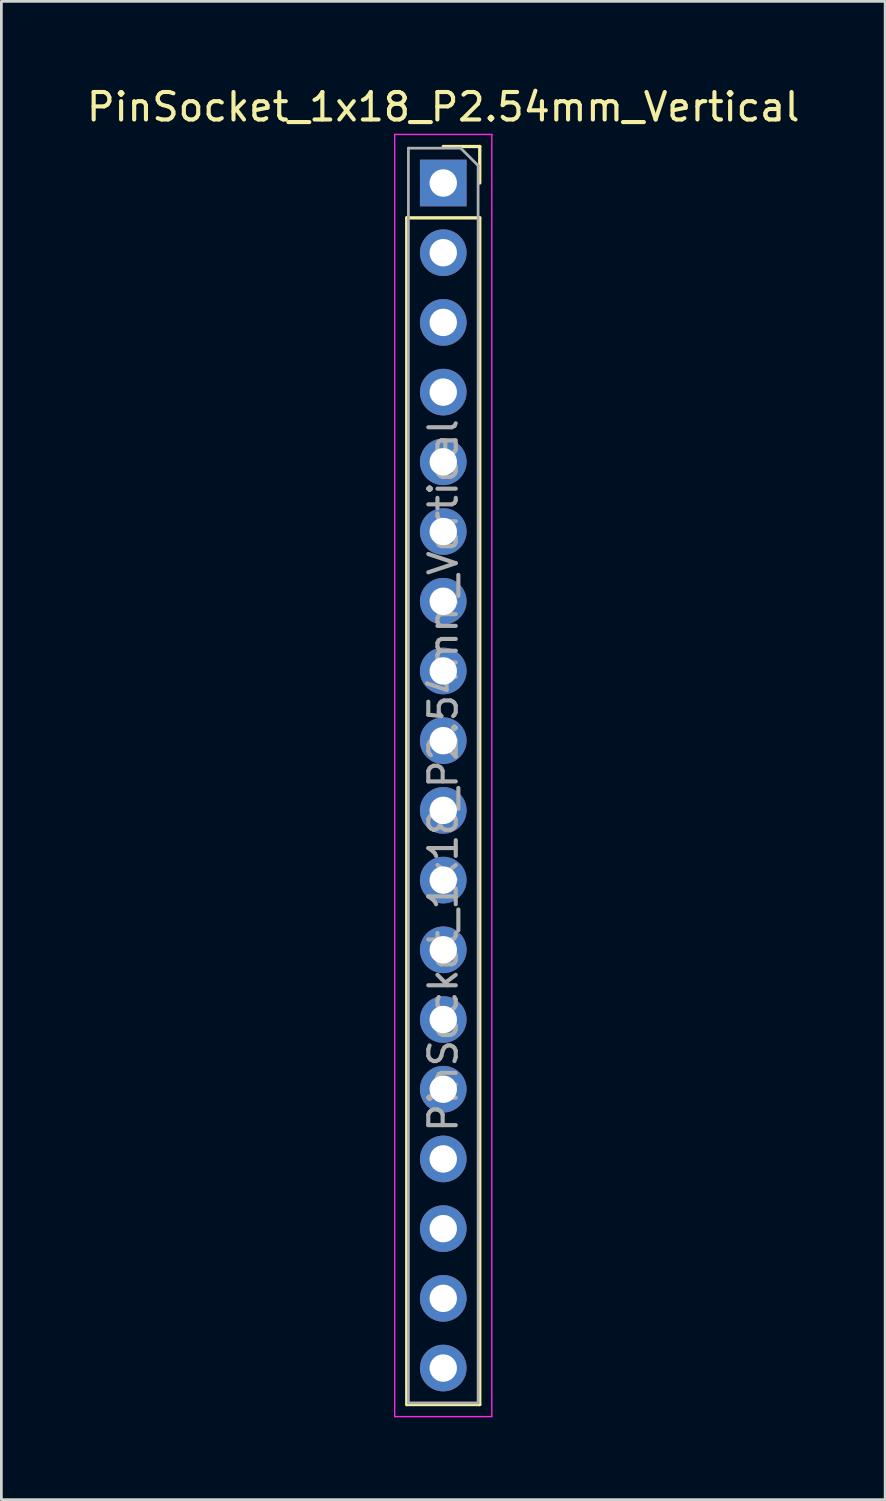
<source format=kicad_pcb>
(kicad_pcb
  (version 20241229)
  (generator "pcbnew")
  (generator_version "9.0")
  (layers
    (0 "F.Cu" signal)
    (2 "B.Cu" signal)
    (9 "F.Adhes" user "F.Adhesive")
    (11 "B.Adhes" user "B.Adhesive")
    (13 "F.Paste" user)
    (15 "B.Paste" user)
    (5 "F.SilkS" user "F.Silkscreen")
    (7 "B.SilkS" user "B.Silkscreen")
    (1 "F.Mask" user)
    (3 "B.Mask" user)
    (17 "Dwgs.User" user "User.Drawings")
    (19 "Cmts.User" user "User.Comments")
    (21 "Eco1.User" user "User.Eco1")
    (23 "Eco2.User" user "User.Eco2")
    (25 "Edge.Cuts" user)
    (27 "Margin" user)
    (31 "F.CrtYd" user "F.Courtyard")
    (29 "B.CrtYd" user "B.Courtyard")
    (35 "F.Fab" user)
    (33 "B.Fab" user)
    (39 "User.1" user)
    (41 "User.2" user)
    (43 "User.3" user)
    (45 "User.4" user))
  (footprint "PinSocket_1x18_P2.54mm_Vertical"
    (layer "F.Cu")
    (at 13.101 3.618)
    (property "Reference" "PinSocket_1x18_P2.54mm_Vertical" (at 0 -2.77 0) (layer "F.SilkS") (effects (font (size 1 1) (thickness 0.15))))
    (attr through_hole)
    (fp_line (start -1.33 1.27) (end -1.33 44.51) (stroke (width 0.12) (type solid)) (layer "F.SilkS"))
    (fp_line (start -1.33 1.27) (end 1.33 1.27) (stroke (width 0.12) (type solid)) (layer "F.SilkS"))
    (fp_line (start -1.33 44.51) (end 1.33 44.51) (stroke (width 0.12) (type solid)) (layer "F.SilkS"))
    (fp_line (start 0 -1.33) (end 1.33 -1.33) (stroke (width 0.12) (type solid)) (layer "F.SilkS"))
    (fp_line (start 1.33 -1.33) (end 1.33 0) (stroke (width 0.12) (type solid)) (layer "F.SilkS"))
    (fp_line (start 1.33 1.27) (end 1.33 44.51) (stroke (width 0.12) (type solid)) (layer "F.SilkS"))
    (fp_line (start -1.77 -1.77) (end 1.77 -1.77) (stroke (width 0.05) (type solid)) (layer "F.CrtYd"))
    (fp_line (start -1.77 44.95) (end -1.77 -1.77) (stroke (width 0.05) (type solid)) (layer "F.CrtYd"))
    (fp_line (start 1.77 -1.77) (end 1.77 44.95) (stroke (width 0.05) (type solid)) (layer "F.CrtYd"))
    (fp_line (start 1.77 44.95) (end -1.77 44.95) (stroke (width 0.05) (type solid)) (layer "F.CrtYd"))
    (fp_line (start -1.27 -1.27) (end 0.635 -1.27) (stroke (width 0.1) (type solid)) (layer "F.Fab"))
    (fp_line (start -1.27 44.45) (end -1.27 -1.27) (stroke (width 0.1) (type solid)) (layer "F.Fab"))
    (fp_line (start 0.635 -1.27) (end 1.27 -0.635) (stroke (width 0.1) (type solid)) (layer "F.Fab"))
    (fp_line (start 1.27 -0.635) (end 1.27 44.45) (stroke (width 0.1) (type solid)) (layer "F.Fab"))
    (fp_line (start 1.27 44.45) (end -1.27 44.45) (stroke (width 0.1) (type solid)) (layer "F.Fab"))
    (fp_text user "${REFERENCE}" (at 0 21.59 90) (layer "F.Fab") (effects (font (size 1 1) (thickness 0.15))))
    (pad "1" thru_hole rect (at 0 0) (size 1.7 1.7) (drill 1) (layers "*.Cu" "*.Mask"))
    (pad "2" thru_hole circle (at 0 2.54) (size 1.7 1.7) (drill 1) (layers "*.Cu" "*.Mask"))
    (pad "3" thru_hole circle (at 0 5.08) (size 1.7 1.7) (drill 1) (layers "*.Cu" "*.Mask"))
    (pad "4" thru_hole circle (at 0 7.62) (size 1.7 1.7) (drill 1) (layers "*.Cu" "*.Mask"))
    (pad "5" thru_hole circle (at 0 10.16) (size 1.7 1.7) (drill 1) (layers "*.Cu" "*.Mask"))
    (pad "6" thru_hole circle (at 0 12.7) (size 1.7 1.7) (drill 1) (layers "*.Cu" "*.Mask"))
    (pad "7" thru_hole circle (at 0 15.24) (size 1.7 1.7) (drill 1) (layers "*.Cu" "*.Mask"))
    (pad "8" thru_hole circle (at 0 17.78) (size 1.7 1.7) (drill 1) (layers "*.Cu" "*.Mask"))
    (pad "9" thru_hole circle (at 0 20.32) (size 1.7 1.7) (drill 1) (layers "*.Cu" "*.Mask"))
    (pad "10" thru_hole circle (at 0 22.86) (size 1.7 1.7) (drill 1) (layers "*.Cu" "*.Mask"))
    (pad "11" thru_hole circle (at 0 25.4) (size 1.7 1.7) (drill 1) (layers "*.Cu" "*.Mask"))
    (pad "12" thru_hole circle (at 0 27.94) (size 1.7 1.7) (drill 1) (layers "*.Cu" "*.Mask"))
    (pad "13" thru_hole circle (at 0 30.48) (size 1.7 1.7) (drill 1) (layers "*.Cu" "*.Mask"))
    (pad "14" thru_hole circle (at 0 33.02) (size 1.7 1.7) (drill 1) (layers "*.Cu" "*.Mask"))
    (pad "15" thru_hole circle (at 0 35.56) (size 1.7 1.7) (drill 1) (layers "*.Cu" "*.Mask"))
    (pad "16" thru_hole circle (at 0 38.1) (size 1.7 1.7) (drill 1) (layers "*.Cu" "*.Mask"))
    (pad "17" thru_hole circle (at 0 40.64) (size 1.7 1.7) (drill 1) (layers "*.Cu" "*.Mask"))
    (pad "18" thru_hole circle (at 0 43.18) (size 1.7 1.7) (drill 1) (layers "*.Cu" "*.Mask")))
  (gr_rect
    (start -3 -3)
    (end 29.202 51.593)
    (stroke (width 0.1) (type default))
    (fill no)
    (layer "Edge.Cuts")))
</source>
